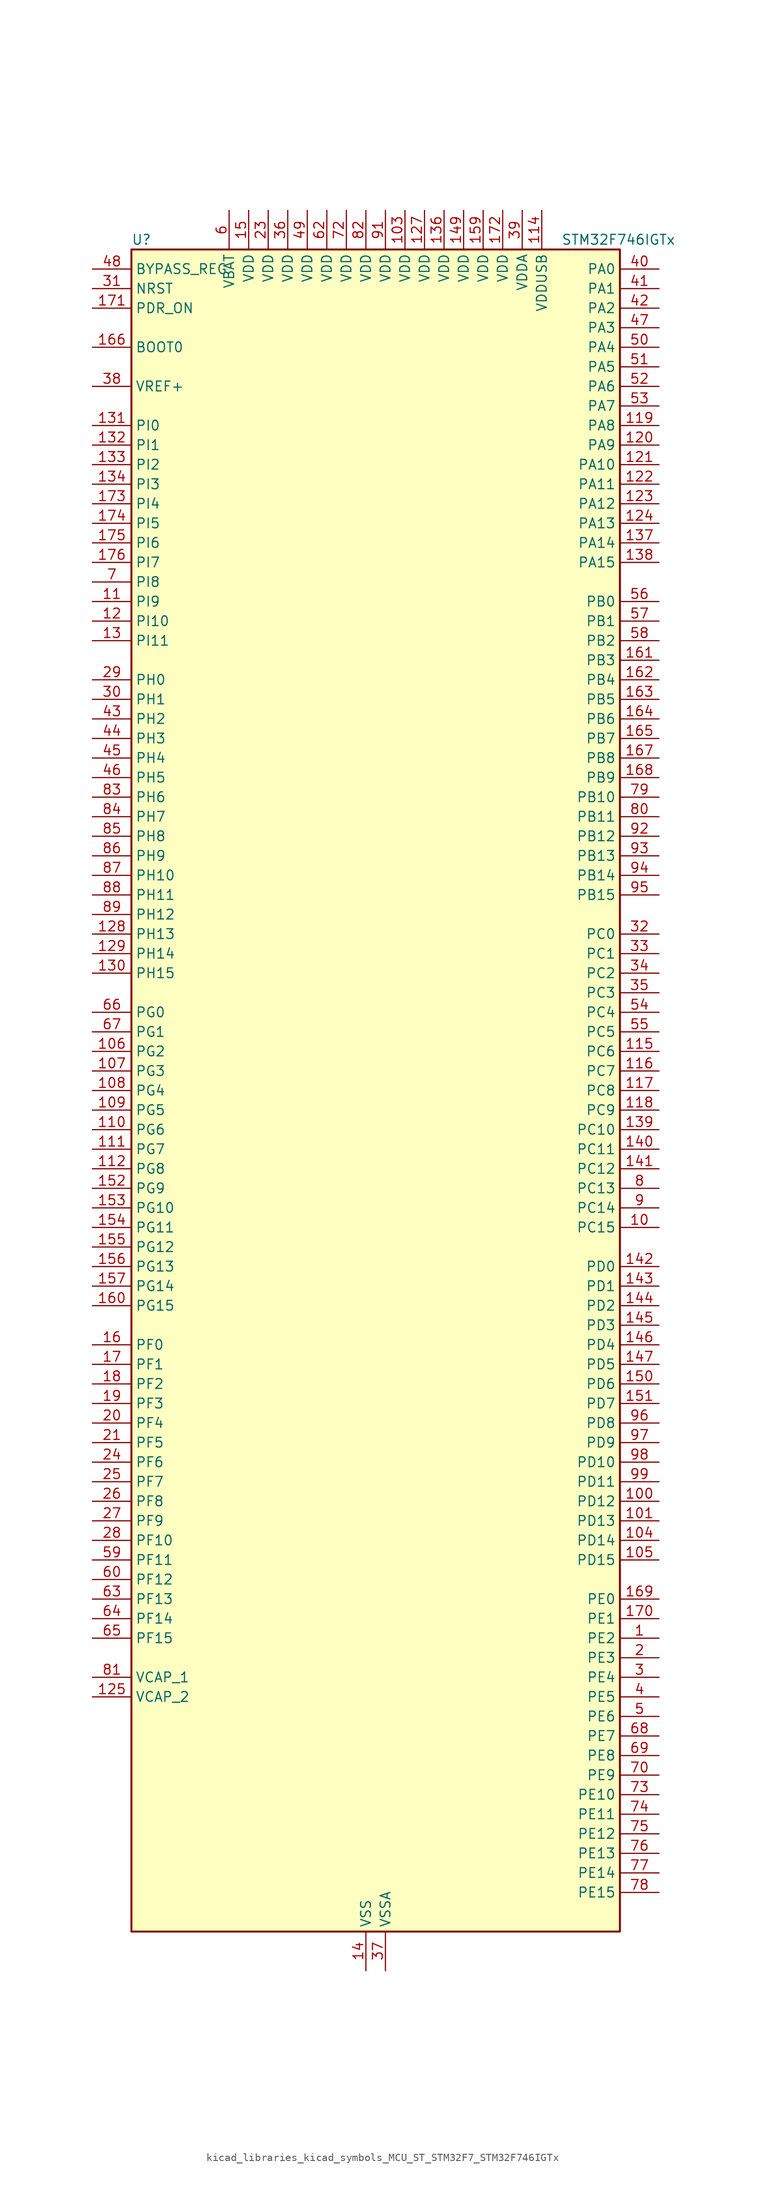
<source format=kicad_sym>
(kicad_symbol_lib
  (version 20220914)
  (generator kicad_symbol_editor)
  (symbol "kicad_libraries_kicad_symbols_MCU_ST_STM32F7_STM32F746IGTx"
    (property "Reference" "U"
      (at -30.48 110.49 0)
      (effects (font (size 1.27 1.27)) (justify left)))
    (property "Value" "STM32F746IGTx"
      (at 25.4 110.49 0)
      (effects (font (size 1.27 1.27)) (justify left)))
    (property "ki_locked" ""
      (at 0 0 0)
      (effects (font (size 1.27 1.27))))
    (symbol "kicad_libraries_kicad_symbols_MCU_ST_STM32F7_STM32F746IGTx_0_1"
      (rectangle (start -30.48 -109.22) (end 33.02 109.22) (stroke (width 0.254) (type default)) (fill (type background))))
    (symbol "kicad_libraries_kicad_symbols_MCU_ST_STM32F7_STM32F746IGTx_1_1"
      (pin bidirectional line (at 38.1 -71.12 180) (length 5.08) (name "PE2" (effects (font (size 1.27 1.27)))) (number "1" (effects (font (size 1.27 1.27)))) (alternate "ETH_TXD3" bidirectional line) (alternate "FMC_A23" bidirectional line) (alternate "QUADSPI_BK1_IO2" bidirectional line) (alternate "SAI1_MCLK_A" bidirectional line) (alternate "SPI4_SCK" bidirectional line) (alternate "SYS_TRACECLK" bidirectional line))
      (pin bidirectional line (at 38.1 -17.78 180) (length 5.08) (name "PC15" (effects (font (size 1.27 1.27)))) (number "10" (effects (font (size 1.27 1.27)))) (alternate "RCC_OSC32_OUT" bidirectional line))
      (pin bidirectional line (at 38.1 -53.34 180) (length 5.08) (name "PD12" (effects (font (size 1.27 1.27)))) (number "100" (effects (font (size 1.27 1.27)))) (alternate "FMC_A17" bidirectional line) (alternate "FMC_ALE" bidirectional line) (alternate "I2C4_SCL" bidirectional line) (alternate "LPTIM1_IN1" bidirectional line) (alternate "QUADSPI_BK1_IO1" bidirectional line) (alternate "SAI2_FS_A" bidirectional line) (alternate "TIM4_CH1" bidirectional line) (alternate "USART3_DE" bidirectional line) (alternate "USART3_RTS" bidirectional line))
      (pin bidirectional line (at 38.1 -55.88 180) (length 5.08) (name "PD13" (effects (font (size 1.27 1.27)))) (number "101" (effects (font (size 1.27 1.27)))) (alternate "FMC_A18" bidirectional line) (alternate "I2C4_SDA" bidirectional line) (alternate "LPTIM1_OUT" bidirectional line) (alternate "QUADSPI_BK1_IO3" bidirectional line) (alternate "SAI2_SCK_A" bidirectional line) (alternate "TIM4_CH2" bidirectional line))
      (pin passive line (at 0 -114.3 90) (length 5.08) hide (name "VSS" (effects (font (size 1.27 1.27)))) (number "102" (effects (font (size 1.27 1.27)))))
      (pin power_in line (at 5.08 114.3 270) (length 5.08) (name "VDD" (effects (font (size 1.27 1.27)))) (number "103" (effects (font (size 1.27 1.27)))))
      (pin bidirectional line (at 38.1 -58.42 180) (length 5.08) (name "PD14" (effects (font (size 1.27 1.27)))) (number "104" (effects (font (size 1.27 1.27)))) (alternate "FMC_D0" bidirectional line) (alternate "FMC_DA0" bidirectional line) (alternate "TIM4_CH3" bidirectional line) (alternate "UART8_CTS" bidirectional line))
      (pin bidirectional line (at 38.1 -60.96 180) (length 5.08) (name "PD15" (effects (font (size 1.27 1.27)))) (number "105" (effects (font (size 1.27 1.27)))) (alternate "FMC_D1" bidirectional line) (alternate "FMC_DA1" bidirectional line) (alternate "TIM4_CH4" bidirectional line) (alternate "UART8_DE" bidirectional line) (alternate "UART8_RTS" bidirectional line))
      (pin bidirectional line (at -35.56 5.08 0) (length 5.08) (name "PG2" (effects (font (size 1.27 1.27)))) (number "106" (effects (font (size 1.27 1.27)))) (alternate "FMC_A12" bidirectional line))
      (pin bidirectional line (at -35.56 2.54 0) (length 5.08) (name "PG3" (effects (font (size 1.27 1.27)))) (number "107" (effects (font (size 1.27 1.27)))) (alternate "FMC_A13" bidirectional line))
      (pin bidirectional line (at -35.56 0 0) (length 5.08) (name "PG4" (effects (font (size 1.27 1.27)))) (number "108" (effects (font (size 1.27 1.27)))) (alternate "FMC_A14" bidirectional line) (alternate "FMC_BA0" bidirectional line))
      (pin bidirectional line (at -35.56 -2.54 0) (length 5.08) (name "PG5" (effects (font (size 1.27 1.27)))) (number "109" (effects (font (size 1.27 1.27)))) (alternate "FMC_A15" bidirectional line) (alternate "FMC_BA1" bidirectional line))
      (pin bidirectional line (at -35.56 63.5 0) (length 5.08) (name "PI9" (effects (font (size 1.27 1.27)))) (number "11" (effects (font (size 1.27 1.27)))) (alternate "CAN1_RX" bidirectional line) (alternate "DAC_EXTI9" bidirectional line) (alternate "FMC_D30" bidirectional line) (alternate "LTDC_VSYNC" bidirectional line))
      (pin bidirectional line (at -35.56 -5.08 0) (length 5.08) (name "PG6" (effects (font (size 1.27 1.27)))) (number "110" (effects (font (size 1.27 1.27)))) (alternate "DCMI_D12" bidirectional line) (alternate "LTDC_R7" bidirectional line))
      (pin bidirectional line (at -35.56 -7.62 0) (length 5.08) (name "PG7" (effects (font (size 1.27 1.27)))) (number "111" (effects (font (size 1.27 1.27)))) (alternate "DCMI_D13" bidirectional line) (alternate "FMC_INT" bidirectional line) (alternate "LTDC_CLK" bidirectional line) (alternate "USART6_CK" bidirectional line))
      (pin bidirectional line (at -35.56 -10.16 0) (length 5.08) (name "PG8" (effects (font (size 1.27 1.27)))) (number "112" (effects (font (size 1.27 1.27)))) (alternate "ETH_PPS_OUT" bidirectional line) (alternate "FMC_SDCLK" bidirectional line) (alternate "SPDIFRX_IN2" bidirectional line) (alternate "SPI6_NSS" bidirectional line) (alternate "USART6_DE" bidirectional line) (alternate "USART6_RTS" bidirectional line))
      (pin passive line (at 0 -114.3 90) (length 5.08) hide (name "VSS" (effects (font (size 1.27 1.27)))) (number "113" (effects (font (size 1.27 1.27)))))
      (pin power_in line (at 22.86 114.3 270) (length 5.08) (name "VDDUSB" (effects (font (size 1.27 1.27)))) (number "114" (effects (font (size 1.27 1.27)))))
      (pin bidirectional line (at 38.1 5.08 180) (length 5.08) (name "PC6" (effects (font (size 1.27 1.27)))) (number "115" (effects (font (size 1.27 1.27)))) (alternate "DCMI_D0" bidirectional line) (alternate "I2S2_MCK" bidirectional line) (alternate "LTDC_HSYNC" bidirectional line) (alternate "SDMMC1_D6" bidirectional line) (alternate "TIM3_CH1" bidirectional line) (alternate "TIM8_CH1" bidirectional line) (alternate "USART6_TX" bidirectional line))
      (pin bidirectional line (at 38.1 2.54 180) (length 5.08) (name "PC7" (effects (font (size 1.27 1.27)))) (number "116" (effects (font (size 1.27 1.27)))) (alternate "DCMI_D1" bidirectional line) (alternate "I2S3_MCK" bidirectional line) (alternate "LTDC_G6" bidirectional line) (alternate "SDMMC1_D7" bidirectional line) (alternate "TIM3_CH2" bidirectional line) (alternate "TIM8_CH2" bidirectional line) (alternate "USART6_RX" bidirectional line))
      (pin bidirectional line (at 38.1 0 180) (length 5.08) (name "PC8" (effects (font (size 1.27 1.27)))) (number "117" (effects (font (size 1.27 1.27)))) (alternate "DCMI_D2" bidirectional line) (alternate "SDMMC1_D0" bidirectional line) (alternate "SYS_TRACED1" bidirectional line) (alternate "TIM3_CH3" bidirectional line) (alternate "TIM8_CH3" bidirectional line) (alternate "UART5_DE" bidirectional line) (alternate "UART5_RTS" bidirectional line) (alternate "USART6_CK" bidirectional line))
      (pin bidirectional line (at 38.1 -2.54 180) (length 5.08) (name "PC9" (effects (font (size 1.27 1.27)))) (number "118" (effects (font (size 1.27 1.27)))) (alternate "DAC_EXTI9" bidirectional line) (alternate "DCMI_D3" bidirectional line) (alternate "I2C3_SDA" bidirectional line) (alternate "I2S_CKIN" bidirectional line) (alternate "QUADSPI_BK1_IO0" bidirectional line) (alternate "RCC_MCO_2" bidirectional line) (alternate "SDMMC1_D1" bidirectional line) (alternate "TIM3_CH4" bidirectional line) (alternate "TIM8_CH4" bidirectional line) (alternate "UART5_CTS" bidirectional line))
      (pin bidirectional line (at 38.1 86.36 180) (length 5.08) (name "PA8" (effects (font (size 1.27 1.27)))) (number "119" (effects (font (size 1.27 1.27)))) (alternate "I2C3_SCL" bidirectional line) (alternate "LTDC_R6" bidirectional line) (alternate "RCC_MCO_1" bidirectional line) (alternate "TIM1_CH1" bidirectional line) (alternate "TIM8_BKIN2" bidirectional line) (alternate "USART1_CK" bidirectional line) (alternate "USB_OTG_FS_SOF" bidirectional line))
      (pin bidirectional line (at -35.56 60.96 0) (length 5.08) (name "PI10" (effects (font (size 1.27 1.27)))) (number "12" (effects (font (size 1.27 1.27)))) (alternate "ETH_RX_ER" bidirectional line) (alternate "FMC_D31" bidirectional line) (alternate "LTDC_HSYNC" bidirectional line))
      (pin bidirectional line (at 38.1 83.82 180) (length 5.08) (name "PA9" (effects (font (size 1.27 1.27)))) (number "120" (effects (font (size 1.27 1.27)))) (alternate "DAC_EXTI9" bidirectional line) (alternate "DCMI_D0" bidirectional line) (alternate "I2C3_SMBA" bidirectional line) (alternate "I2S2_CK" bidirectional line) (alternate "SPI2_SCK" bidirectional line) (alternate "TIM1_CH2" bidirectional line) (alternate "USART1_TX" bidirectional line) (alternate "USB_OTG_FS_VBUS" bidirectional line))
      (pin bidirectional line (at 38.1 81.28 180) (length 5.08) (name "PA10" (effects (font (size 1.27 1.27)))) (number "121" (effects (font (size 1.27 1.27)))) (alternate "DCMI_D1" bidirectional line) (alternate "TIM1_CH3" bidirectional line) (alternate "USART1_RX" bidirectional line) (alternate "USB_OTG_FS_ID" bidirectional line))
      (pin bidirectional line (at 38.1 78.74 180) (length 5.08) (name "PA11" (effects (font (size 1.27 1.27)))) (number "122" (effects (font (size 1.27 1.27)))) (alternate "ADC1_EXTI11" bidirectional line) (alternate "ADC2_EXTI11" bidirectional line) (alternate "ADC3_EXTI11" bidirectional line) (alternate "CAN1_RX" bidirectional line) (alternate "LTDC_R4" bidirectional line) (alternate "TIM1_CH4" bidirectional line) (alternate "USART1_CTS" bidirectional line) (alternate "USB_OTG_FS_DM" bidirectional line))
      (pin bidirectional line (at 38.1 76.2 180) (length 5.08) (name "PA12" (effects (font (size 1.27 1.27)))) (number "123" (effects (font (size 1.27 1.27)))) (alternate "CAN1_TX" bidirectional line) (alternate "LTDC_R5" bidirectional line) (alternate "SAI2_FS_B" bidirectional line) (alternate "TIM1_ETR" bidirectional line) (alternate "USART1_DE" bidirectional line) (alternate "USART1_RTS" bidirectional line) (alternate "USB_OTG_FS_DP" bidirectional line))
      (pin bidirectional line (at 38.1 73.66 180) (length 5.08) (name "PA13" (effects (font (size 1.27 1.27)))) (number "124" (effects (font (size 1.27 1.27)))) (alternate "SYS_JTMS-SWDIO" bidirectional line))
      (pin power_out line (at -35.56 -78.74 0) (length 5.08) (name "VCAP_2" (effects (font (size 1.27 1.27)))) (number "125" (effects (font (size 1.27 1.27)))))
      (pin passive line (at 0 -114.3 90) (length 5.08) hide (name "VSS" (effects (font (size 1.27 1.27)))) (number "126" (effects (font (size 1.27 1.27)))))
      (pin power_in line (at 7.62 114.3 270) (length 5.08) (name "VDD" (effects (font (size 1.27 1.27)))) (number "127" (effects (font (size 1.27 1.27)))))
      (pin bidirectional line (at -35.56 20.32 0) (length 5.08) (name "PH13" (effects (font (size 1.27 1.27)))) (number "128" (effects (font (size 1.27 1.27)))) (alternate "CAN1_TX" bidirectional line) (alternate "FMC_D21" bidirectional line) (alternate "LTDC_G2" bidirectional line) (alternate "TIM8_CH1N" bidirectional line))
      (pin bidirectional line (at -35.56 17.78 0) (length 5.08) (name "PH14" (effects (font (size 1.27 1.27)))) (number "129" (effects (font (size 1.27 1.27)))) (alternate "DCMI_D4" bidirectional line) (alternate "FMC_D22" bidirectional line) (alternate "LTDC_G3" bidirectional line) (alternate "TIM8_CH2N" bidirectional line))
      (pin bidirectional line (at -35.56 58.42 0) (length 5.08) (name "PI11" (effects (font (size 1.27 1.27)))) (number "13" (effects (font (size 1.27 1.27)))) (alternate "ADC1_EXTI11" bidirectional line) (alternate "ADC2_EXTI11" bidirectional line) (alternate "ADC3_EXTI11" bidirectional line) (alternate "SYS_WKUP6" bidirectional line) (alternate "USB_OTG_HS_ULPI_DIR" bidirectional line))
      (pin bidirectional line (at -35.56 15.24 0) (length 5.08) (name "PH15" (effects (font (size 1.27 1.27)))) (number "130" (effects (font (size 1.27 1.27)))) (alternate "DCMI_D11" bidirectional line) (alternate "FMC_D23" bidirectional line) (alternate "LTDC_G4" bidirectional line) (alternate "TIM8_CH3N" bidirectional line))
      (pin bidirectional line (at -35.56 86.36 0) (length 5.08) (name "PI0" (effects (font (size 1.27 1.27)))) (number "131" (effects (font (size 1.27 1.27)))) (alternate "DCMI_D13" bidirectional line) (alternate "FMC_D24" bidirectional line) (alternate "I2S2_WS" bidirectional line) (alternate "LTDC_G5" bidirectional line) (alternate "SPI2_NSS" bidirectional line) (alternate "TIM5_CH4" bidirectional line))
      (pin bidirectional line (at -35.56 83.82 0) (length 5.08) (name "PI1" (effects (font (size 1.27 1.27)))) (number "132" (effects (font (size 1.27 1.27)))) (alternate "DCMI_D8" bidirectional line) (alternate "FMC_D25" bidirectional line) (alternate "I2S2_CK" bidirectional line) (alternate "LTDC_G6" bidirectional line) (alternate "SPI2_SCK" bidirectional line) (alternate "TIM8_BKIN2" bidirectional line))
      (pin bidirectional line (at -35.56 81.28 0) (length 5.08) (name "PI2" (effects (font (size 1.27 1.27)))) (number "133" (effects (font (size 1.27 1.27)))) (alternate "DCMI_D9" bidirectional line) (alternate "FMC_D26" bidirectional line) (alternate "LTDC_G7" bidirectional line) (alternate "SPI2_MISO" bidirectional line) (alternate "TIM8_CH4" bidirectional line))
      (pin bidirectional line (at -35.56 78.74 0) (length 5.08) (name "PI3" (effects (font (size 1.27 1.27)))) (number "134" (effects (font (size 1.27 1.27)))) (alternate "DCMI_D10" bidirectional line) (alternate "FMC_D27" bidirectional line) (alternate "I2S2_SD" bidirectional line) (alternate "SPI2_MOSI" bidirectional line) (alternate "TIM8_ETR" bidirectional line))
      (pin passive line (at 0 -114.3 90) (length 5.08) hide (name "VSS" (effects (font (size 1.27 1.27)))) (number "135" (effects (font (size 1.27 1.27)))))
      (pin power_in line (at 10.16 114.3 270) (length 5.08) (name "VDD" (effects (font (size 1.27 1.27)))) (number "136" (effects (font (size 1.27 1.27)))))
      (pin bidirectional line (at 38.1 71.12 180) (length 5.08) (name "PA14" (effects (font (size 1.27 1.27)))) (number "137" (effects (font (size 1.27 1.27)))) (alternate "SYS_JTCK-SWCLK" bidirectional line))
      (pin bidirectional line (at 38.1 68.58 180) (length 5.08) (name "PA15" (effects (font (size 1.27 1.27)))) (number "138" (effects (font (size 1.27 1.27)))) (alternate "CEC" bidirectional line) (alternate "I2S1_WS" bidirectional line) (alternate "I2S3_WS" bidirectional line) (alternate "SPI1_NSS" bidirectional line) (alternate "SPI3_NSS" bidirectional line) (alternate "SYS_JTDI" bidirectional line) (alternate "TIM2_CH1" bidirectional line) (alternate "TIM2_ETR" bidirectional line) (alternate "UART4_DE" bidirectional line) (alternate "UART4_RTS" bidirectional line))
      (pin bidirectional line (at 38.1 -5.08 180) (length 5.08) (name "PC10" (effects (font (size 1.27 1.27)))) (number "139" (effects (font (size 1.27 1.27)))) (alternate "DCMI_D8" bidirectional line) (alternate "I2S3_CK" bidirectional line) (alternate "LTDC_R2" bidirectional line) (alternate "QUADSPI_BK1_IO1" bidirectional line) (alternate "SDMMC1_D2" bidirectional line) (alternate "SPI3_SCK" bidirectional line) (alternate "UART4_TX" bidirectional line) (alternate "USART3_TX" bidirectional line))
      (pin power_in line (at 0 -114.3 90) (length 5.08) (name "VSS" (effects (font (size 1.27 1.27)))) (number "14" (effects (font (size 1.27 1.27)))))
      (pin bidirectional line (at 38.1 -7.62 180) (length 5.08) (name "PC11" (effects (font (size 1.27 1.27)))) (number "140" (effects (font (size 1.27 1.27)))) (alternate "ADC1_EXTI11" bidirectional line) (alternate "ADC2_EXTI11" bidirectional line) (alternate "ADC3_EXTI11" bidirectional line) (alternate "DCMI_D4" bidirectional line) (alternate "QUADSPI_BK2_NCS" bidirectional line) (alternate "SDMMC1_D3" bidirectional line) (alternate "SPI3_MISO" bidirectional line) (alternate "UART4_RX" bidirectional line) (alternate "USART3_RX" bidirectional line))
      (pin bidirectional line (at 38.1 -10.16 180) (length 5.08) (name "PC12" (effects (font (size 1.27 1.27)))) (number "141" (effects (font (size 1.27 1.27)))) (alternate "DCMI_D9" bidirectional line) (alternate "I2S3_SD" bidirectional line) (alternate "SDMMC1_CK" bidirectional line) (alternate "SPI3_MOSI" bidirectional line) (alternate "SYS_TRACED3" bidirectional line) (alternate "UART5_TX" bidirectional line) (alternate "USART3_CK" bidirectional line))
      (pin bidirectional line (at 38.1 -22.86 180) (length 5.08) (name "PD0" (effects (font (size 1.27 1.27)))) (number "142" (effects (font (size 1.27 1.27)))) (alternate "CAN1_RX" bidirectional line) (alternate "FMC_D2" bidirectional line) (alternate "FMC_DA2" bidirectional line))
      (pin bidirectional line (at 38.1 -25.4 180) (length 5.08) (name "PD1" (effects (font (size 1.27 1.27)))) (number "143" (effects (font (size 1.27 1.27)))) (alternate "CAN1_TX" bidirectional line) (alternate "FMC_D3" bidirectional line) (alternate "FMC_DA3" bidirectional line))
      (pin bidirectional line (at 38.1 -27.94 180) (length 5.08) (name "PD2" (effects (font (size 1.27 1.27)))) (number "144" (effects (font (size 1.27 1.27)))) (alternate "DCMI_D11" bidirectional line) (alternate "SDMMC1_CMD" bidirectional line) (alternate "SYS_TRACED2" bidirectional line) (alternate "TIM3_ETR" bidirectional line) (alternate "UART5_RX" bidirectional line))
      (pin bidirectional line (at 38.1 -30.48 180) (length 5.08) (name "PD3" (effects (font (size 1.27 1.27)))) (number "145" (effects (font (size 1.27 1.27)))) (alternate "DCMI_D5" bidirectional line) (alternate "FMC_CLK" bidirectional line) (alternate "I2S2_CK" bidirectional line) (alternate "LTDC_G7" bidirectional line) (alternate "SPI2_SCK" bidirectional line) (alternate "USART2_CTS" bidirectional line))
      (pin bidirectional line (at 38.1 -33.02 180) (length 5.08) (name "PD4" (effects (font (size 1.27 1.27)))) (number "146" (effects (font (size 1.27 1.27)))) (alternate "FMC_NOE" bidirectional line) (alternate "USART2_DE" bidirectional line) (alternate "USART2_RTS" bidirectional line))
      (pin bidirectional line (at 38.1 -35.56 180) (length 5.08) (name "PD5" (effects (font (size 1.27 1.27)))) (number "147" (effects (font (size 1.27 1.27)))) (alternate "FMC_NWE" bidirectional line) (alternate "USART2_TX" bidirectional line))
      (pin passive line (at 0 -114.3 90) (length 5.08) hide (name "VSS" (effects (font (size 1.27 1.27)))) (number "148" (effects (font (size 1.27 1.27)))))
      (pin power_in line (at 12.7 114.3 270) (length 5.08) (name "VDD" (effects (font (size 1.27 1.27)))) (number "149" (effects (font (size 1.27 1.27)))))
      (pin power_in line (at -15.24 114.3 270) (length 5.08) (name "VDD" (effects (font (size 1.27 1.27)))) (number "15" (effects (font (size 1.27 1.27)))))
      (pin bidirectional line (at 38.1 -38.1 180) (length 5.08) (name "PD6" (effects (font (size 1.27 1.27)))) (number "150" (effects (font (size 1.27 1.27)))) (alternate "DCMI_D10" bidirectional line) (alternate "FMC_NWAIT" bidirectional line) (alternate "I2S3_SD" bidirectional line) (alternate "LTDC_B2" bidirectional line) (alternate "SAI1_SD_A" bidirectional line) (alternate "SPI3_MOSI" bidirectional line) (alternate "USART2_RX" bidirectional line))
      (pin bidirectional line (at 38.1 -40.64 180) (length 5.08) (name "PD7" (effects (font (size 1.27 1.27)))) (number "151" (effects (font (size 1.27 1.27)))) (alternate "FMC_NE1" bidirectional line) (alternate "SPDIFRX_IN0" bidirectional line) (alternate "USART2_CK" bidirectional line))
      (pin bidirectional line (at -35.56 -12.7 0) (length 5.08) (name "PG9" (effects (font (size 1.27 1.27)))) (number "152" (effects (font (size 1.27 1.27)))) (alternate "DAC_EXTI9" bidirectional line) (alternate "DCMI_VSYNC" bidirectional line) (alternate "FMC_NCE" bidirectional line) (alternate "FMC_NE2" bidirectional line) (alternate "QUADSPI_BK2_IO2" bidirectional line) (alternate "SAI2_FS_B" bidirectional line) (alternate "SPDIFRX_IN3" bidirectional line) (alternate "USART6_RX" bidirectional line))
      (pin bidirectional line (at -35.56 -15.24 0) (length 5.08) (name "PG10" (effects (font (size 1.27 1.27)))) (number "153" (effects (font (size 1.27 1.27)))) (alternate "DCMI_D2" bidirectional line) (alternate "FMC_NE3" bidirectional line) (alternate "LTDC_B2" bidirectional line) (alternate "LTDC_G3" bidirectional line) (alternate "SAI2_SD_B" bidirectional line))
      (pin bidirectional line (at -35.56 -17.78 0) (length 5.08) (name "PG11" (effects (font (size 1.27 1.27)))) (number "154" (effects (font (size 1.27 1.27)))) (alternate "ADC1_EXTI11" bidirectional line) (alternate "ADC2_EXTI11" bidirectional line) (alternate "ADC3_EXTI11" bidirectional line) (alternate "DCMI_D3" bidirectional line) (alternate "ETH_TX_EN" bidirectional line) (alternate "LTDC_B3" bidirectional line) (alternate "SPDIFRX_IN0" bidirectional line))
      (pin bidirectional line (at -35.56 -20.32 0) (length 5.08) (name "PG12" (effects (font (size 1.27 1.27)))) (number "155" (effects (font (size 1.27 1.27)))) (alternate "FMC_NE4" bidirectional line) (alternate "LPTIM1_IN1" bidirectional line) (alternate "LTDC_B1" bidirectional line) (alternate "LTDC_B4" bidirectional line) (alternate "SPDIFRX_IN1" bidirectional line) (alternate "SPI6_MISO" bidirectional line) (alternate "USART6_DE" bidirectional line) (alternate "USART6_RTS" bidirectional line))
      (pin bidirectional line (at -35.56 -22.86 0) (length 5.08) (name "PG13" (effects (font (size 1.27 1.27)))) (number "156" (effects (font (size 1.27 1.27)))) (alternate "ETH_TXD0" bidirectional line) (alternate "FMC_A24" bidirectional line) (alternate "LPTIM1_OUT" bidirectional line) (alternate "LTDC_R0" bidirectional line) (alternate "SPI6_SCK" bidirectional line) (alternate "SYS_TRACED0" bidirectional line) (alternate "USART6_CTS" bidirectional line))
      (pin bidirectional line (at -35.56 -25.4 0) (length 5.08) (name "PG14" (effects (font (size 1.27 1.27)))) (number "157" (effects (font (size 1.27 1.27)))) (alternate "ETH_TXD1" bidirectional line) (alternate "FMC_A25" bidirectional line) (alternate "LPTIM1_ETR" bidirectional line) (alternate "LTDC_B0" bidirectional line) (alternate "QUADSPI_BK2_IO3" bidirectional line) (alternate "SPI6_MOSI" bidirectional line) (alternate "SYS_TRACED1" bidirectional line) (alternate "USART6_TX" bidirectional line))
      (pin passive line (at 0 -114.3 90) (length 5.08) hide (name "VSS" (effects (font (size 1.27 1.27)))) (number "158" (effects (font (size 1.27 1.27)))))
      (pin power_in line (at 15.24 114.3 270) (length 5.08) (name "VDD" (effects (font (size 1.27 1.27)))) (number "159" (effects (font (size 1.27 1.27)))))
      (pin bidirectional line (at -35.56 -33.02 0) (length 5.08) (name "PF0" (effects (font (size 1.27 1.27)))) (number "16" (effects (font (size 1.27 1.27)))) (alternate "FMC_A0" bidirectional line) (alternate "I2C2_SDA" bidirectional line))
      (pin bidirectional line (at -35.56 -27.94 0) (length 5.08) (name "PG15" (effects (font (size 1.27 1.27)))) (number "160" (effects (font (size 1.27 1.27)))) (alternate "DCMI_D13" bidirectional line) (alternate "FMC_SDNCAS" bidirectional line) (alternate "USART6_CTS" bidirectional line))
      (pin bidirectional line (at 38.1 55.88 180) (length 5.08) (name "PB3" (effects (font (size 1.27 1.27)))) (number "161" (effects (font (size 1.27 1.27)))) (alternate "I2S1_CK" bidirectional line) (alternate "I2S3_CK" bidirectional line) (alternate "SPI1_SCK" bidirectional line) (alternate "SPI3_SCK" bidirectional line) (alternate "SYS_JTDO-SWO" bidirectional line) (alternate "TIM2_CH2" bidirectional line))
      (pin bidirectional line (at 38.1 53.34 180) (length 5.08) (name "PB4" (effects (font (size 1.27 1.27)))) (number "162" (effects (font (size 1.27 1.27)))) (alternate "I2S2_WS" bidirectional line) (alternate "SPI1_MISO" bidirectional line) (alternate "SPI2_NSS" bidirectional line) (alternate "SPI3_MISO" bidirectional line) (alternate "SYS_JTRST" bidirectional line) (alternate "TIM3_CH1" bidirectional line))
      (pin bidirectional line (at 38.1 50.8 180) (length 5.08) (name "PB5" (effects (font (size 1.27 1.27)))) (number "163" (effects (font (size 1.27 1.27)))) (alternate "CAN2_RX" bidirectional line) (alternate "DCMI_D10" bidirectional line) (alternate "ETH_PPS_OUT" bidirectional line) (alternate "FMC_SDCKE1" bidirectional line) (alternate "I2C1_SMBA" bidirectional line) (alternate "I2S1_SD" bidirectional line) (alternate "I2S3_SD" bidirectional line) (alternate "SPI1_MOSI" bidirectional line) (alternate "SPI3_MOSI" bidirectional line) (alternate "TIM3_CH2" bidirectional line) (alternate "USB_OTG_HS_ULPI_D7" bidirectional line))
      (pin bidirectional line (at 38.1 48.26 180) (length 5.08) (name "PB6" (effects (font (size 1.27 1.27)))) (number "164" (effects (font (size 1.27 1.27)))) (alternate "CAN2_TX" bidirectional line) (alternate "CEC" bidirectional line) (alternate "DCMI_D5" bidirectional line) (alternate "FMC_SDNE1" bidirectional line) (alternate "I2C1_SCL" bidirectional line) (alternate "QUADSPI_BK1_NCS" bidirectional line) (alternate "TIM4_CH1" bidirectional line) (alternate "USART1_TX" bidirectional line))
      (pin bidirectional line (at 38.1 45.72 180) (length 5.08) (name "PB7" (effects (font (size 1.27 1.27)))) (number "165" (effects (font (size 1.27 1.27)))) (alternate "DCMI_VSYNC" bidirectional line) (alternate "FMC_NL" bidirectional line) (alternate "I2C1_SDA" bidirectional line) (alternate "TIM4_CH2" bidirectional line) (alternate "USART1_RX" bidirectional line))
      (pin input line (at -35.56 96.52 0) (length 5.08) (name "BOOT0" (effects (font (size 1.27 1.27)))) (number "166" (effects (font (size 1.27 1.27)))))
      (pin bidirectional line (at 38.1 43.18 180) (length 5.08) (name "PB8" (effects (font (size 1.27 1.27)))) (number "167" (effects (font (size 1.27 1.27)))) (alternate "CAN1_RX" bidirectional line) (alternate "DCMI_D6" bidirectional line) (alternate "ETH_TXD3" bidirectional line) (alternate "I2C1_SCL" bidirectional line) (alternate "LTDC_B6" bidirectional line) (alternate "SDMMC1_D4" bidirectional line) (alternate "TIM10_CH1" bidirectional line) (alternate "TIM4_CH3" bidirectional line))
      (pin bidirectional line (at 38.1 40.64 180) (length 5.08) (name "PB9" (effects (font (size 1.27 1.27)))) (number "168" (effects (font (size 1.27 1.27)))) (alternate "CAN1_TX" bidirectional line) (alternate "DAC_EXTI9" bidirectional line) (alternate "DCMI_D7" bidirectional line) (alternate "I2C1_SDA" bidirectional line) (alternate "I2S2_WS" bidirectional line) (alternate "LTDC_B7" bidirectional line) (alternate "SDMMC1_D5" bidirectional line) (alternate "SPI2_NSS" bidirectional line) (alternate "TIM11_CH1" bidirectional line) (alternate "TIM4_CH4" bidirectional line))
      (pin bidirectional line (at 38.1 -66.04 180) (length 5.08) (name "PE0" (effects (font (size 1.27 1.27)))) (number "169" (effects (font (size 1.27 1.27)))) (alternate "DCMI_D2" bidirectional line) (alternate "FMC_NBL0" bidirectional line) (alternate "LPTIM1_ETR" bidirectional line) (alternate "SAI2_MCLK_A" bidirectional line) (alternate "TIM4_ETR" bidirectional line) (alternate "UART8_RX" bidirectional line))
      (pin bidirectional line (at -35.56 -35.56 0) (length 5.08) (name "PF1" (effects (font (size 1.27 1.27)))) (number "17" (effects (font (size 1.27 1.27)))) (alternate "FMC_A1" bidirectional line) (alternate "I2C2_SCL" bidirectional line))
      (pin bidirectional line (at 38.1 -68.58 180) (length 5.08) (name "PE1" (effects (font (size 1.27 1.27)))) (number "170" (effects (font (size 1.27 1.27)))) (alternate "DCMI_D3" bidirectional line) (alternate "FMC_NBL1" bidirectional line) (alternate "LPTIM1_IN2" bidirectional line) (alternate "UART8_TX" bidirectional line))
      (pin input line (at -35.56 101.6 0) (length 5.08) (name "PDR_ON" (effects (font (size 1.27 1.27)))) (number "171" (effects (font (size 1.27 1.27)))))
      (pin power_in line (at 17.78 114.3 270) (length 5.08) (name "VDD" (effects (font (size 1.27 1.27)))) (number "172" (effects (font (size 1.27 1.27)))))
      (pin bidirectional line (at -35.56 76.2 0) (length 5.08) (name "PI4" (effects (font (size 1.27 1.27)))) (number "173" (effects (font (size 1.27 1.27)))) (alternate "DCMI_D5" bidirectional line) (alternate "FMC_NBL2" bidirectional line) (alternate "LTDC_B4" bidirectional line) (alternate "SAI2_MCLK_A" bidirectional line) (alternate "TIM8_BKIN" bidirectional line))
      (pin bidirectional line (at -35.56 73.66 0) (length 5.08) (name "PI5" (effects (font (size 1.27 1.27)))) (number "174" (effects (font (size 1.27 1.27)))) (alternate "DCMI_VSYNC" bidirectional line) (alternate "FMC_NBL3" bidirectional line) (alternate "LTDC_B5" bidirectional line) (alternate "SAI2_SCK_A" bidirectional line) (alternate "TIM8_CH1" bidirectional line))
      (pin bidirectional line (at -35.56 71.12 0) (length 5.08) (name "PI6" (effects (font (size 1.27 1.27)))) (number "175" (effects (font (size 1.27 1.27)))) (alternate "DCMI_D6" bidirectional line) (alternate "FMC_D28" bidirectional line) (alternate "LTDC_B6" bidirectional line) (alternate "SAI2_SD_A" bidirectional line) (alternate "TIM8_CH2" bidirectional line))
      (pin bidirectional line (at -35.56 68.58 0) (length 5.08) (name "PI7" (effects (font (size 1.27 1.27)))) (number "176" (effects (font (size 1.27 1.27)))) (alternate "DCMI_D7" bidirectional line) (alternate "FMC_D29" bidirectional line) (alternate "LTDC_B7" bidirectional line) (alternate "SAI2_FS_A" bidirectional line) (alternate "TIM8_CH3" bidirectional line))
      (pin bidirectional line (at -35.56 -38.1 0) (length 5.08) (name "PF2" (effects (font (size 1.27 1.27)))) (number "18" (effects (font (size 1.27 1.27)))) (alternate "FMC_A2" bidirectional line) (alternate "I2C2_SMBA" bidirectional line))
      (pin bidirectional line (at -35.56 -40.64 0) (length 5.08) (name "PF3" (effects (font (size 1.27 1.27)))) (number "19" (effects (font (size 1.27 1.27)))) (alternate "ADC3_IN9" bidirectional line) (alternate "FMC_A3" bidirectional line))
      (pin bidirectional line (at 38.1 -73.66 180) (length 5.08) (name "PE3" (effects (font (size 1.27 1.27)))) (number "2" (effects (font (size 1.27 1.27)))) (alternate "FMC_A19" bidirectional line) (alternate "SAI1_SD_B" bidirectional line) (alternate "SYS_TRACED0" bidirectional line))
      (pin bidirectional line (at -35.56 -43.18 0) (length 5.08) (name "PF4" (effects (font (size 1.27 1.27)))) (number "20" (effects (font (size 1.27 1.27)))) (alternate "ADC3_IN14" bidirectional line) (alternate "FMC_A4" bidirectional line))
      (pin bidirectional line (at -35.56 -45.72 0) (length 5.08) (name "PF5" (effects (font (size 1.27 1.27)))) (number "21" (effects (font (size 1.27 1.27)))) (alternate "ADC3_IN15" bidirectional line) (alternate "FMC_A5" bidirectional line))
      (pin passive line (at 0 -114.3 90) (length 5.08) hide (name "VSS" (effects (font (size 1.27 1.27)))) (number "22" (effects (font (size 1.27 1.27)))))
      (pin power_in line (at -12.7 114.3 270) (length 5.08) (name "VDD" (effects (font (size 1.27 1.27)))) (number "23" (effects (font (size 1.27 1.27)))))
      (pin bidirectional line (at -35.56 -48.26 0) (length 5.08) (name "PF6" (effects (font (size 1.27 1.27)))) (number "24" (effects (font (size 1.27 1.27)))) (alternate "ADC3_IN4" bidirectional line) (alternate "QUADSPI_BK1_IO3" bidirectional line) (alternate "SAI1_SD_B" bidirectional line) (alternate "SPI5_NSS" bidirectional line) (alternate "TIM10_CH1" bidirectional line) (alternate "UART7_RX" bidirectional line))
      (pin bidirectional line (at -35.56 -50.8 0) (length 5.08) (name "PF7" (effects (font (size 1.27 1.27)))) (number "25" (effects (font (size 1.27 1.27)))) (alternate "ADC3_IN5" bidirectional line) (alternate "QUADSPI_BK1_IO2" bidirectional line) (alternate "SAI1_MCLK_B" bidirectional line) (alternate "SPI5_SCK" bidirectional line) (alternate "TIM11_CH1" bidirectional line) (alternate "UART7_TX" bidirectional line))
      (pin bidirectional line (at -35.56 -53.34 0) (length 5.08) (name "PF8" (effects (font (size 1.27 1.27)))) (number "26" (effects (font (size 1.27 1.27)))) (alternate "ADC3_IN6" bidirectional line) (alternate "QUADSPI_BK1_IO0" bidirectional line) (alternate "SAI1_SCK_B" bidirectional line) (alternate "SPI5_MISO" bidirectional line) (alternate "TIM13_CH1" bidirectional line) (alternate "UART7_DE" bidirectional line) (alternate "UART7_RTS" bidirectional line))
      (pin bidirectional line (at -35.56 -55.88 0) (length 5.08) (name "PF9" (effects (font (size 1.27 1.27)))) (number "27" (effects (font (size 1.27 1.27)))) (alternate "ADC3_IN7" bidirectional line) (alternate "DAC_EXTI9" bidirectional line) (alternate "QUADSPI_BK1_IO1" bidirectional line) (alternate "SAI1_FS_B" bidirectional line) (alternate "SPI5_MOSI" bidirectional line) (alternate "TIM14_CH1" bidirectional line) (alternate "UART7_CTS" bidirectional line))
      (pin bidirectional line (at -35.56 -58.42 0) (length 5.08) (name "PF10" (effects (font (size 1.27 1.27)))) (number "28" (effects (font (size 1.27 1.27)))) (alternate "ADC3_IN8" bidirectional line) (alternate "DCMI_D11" bidirectional line) (alternate "LTDC_DE" bidirectional line))
      (pin bidirectional line (at -35.56 53.34 0) (length 5.08) (name "PH0" (effects (font (size 1.27 1.27)))) (number "29" (effects (font (size 1.27 1.27)))) (alternate "RCC_OSC_IN" bidirectional line))
      (pin bidirectional line (at 38.1 -76.2 180) (length 5.08) (name "PE4" (effects (font (size 1.27 1.27)))) (number "3" (effects (font (size 1.27 1.27)))) (alternate "DCMI_D4" bidirectional line) (alternate "FMC_A20" bidirectional line) (alternate "LTDC_B0" bidirectional line) (alternate "SAI1_FS_A" bidirectional line) (alternate "SPI4_NSS" bidirectional line) (alternate "SYS_TRACED1" bidirectional line))
      (pin bidirectional line (at -35.56 50.8 0) (length 5.08) (name "PH1" (effects (font (size 1.27 1.27)))) (number "30" (effects (font (size 1.27 1.27)))) (alternate "RCC_OSC_OUT" bidirectional line))
      (pin input line (at -35.56 104.14 0) (length 5.08) (name "NRST" (effects (font (size 1.27 1.27)))) (number "31" (effects (font (size 1.27 1.27)))))
      (pin bidirectional line (at 38.1 20.32 180) (length 5.08) (name "PC0" (effects (font (size 1.27 1.27)))) (number "32" (effects (font (size 1.27 1.27)))) (alternate "ADC1_IN10" bidirectional line) (alternate "ADC2_IN10" bidirectional line) (alternate "ADC3_IN10" bidirectional line) (alternate "FMC_SDNWE" bidirectional line) (alternate "LTDC_R5" bidirectional line) (alternate "SAI2_FS_B" bidirectional line) (alternate "USB_OTG_HS_ULPI_STP" bidirectional line))
      (pin bidirectional line (at 38.1 17.78 180) (length 5.08) (name "PC1" (effects (font (size 1.27 1.27)))) (number "33" (effects (font (size 1.27 1.27)))) (alternate "ADC1_IN11" bidirectional line) (alternate "ADC2_IN11" bidirectional line) (alternate "ADC3_IN11" bidirectional line) (alternate "ETH_MDC" bidirectional line) (alternate "I2S2_SD" bidirectional line) (alternate "RTC_TAMP3" bidirectional line) (alternate "RTC_TS" bidirectional line) (alternate "SAI1_SD_A" bidirectional line) (alternate "SPI2_MOSI" bidirectional line) (alternate "SYS_TRACED0" bidirectional line) (alternate "SYS_WKUP3" bidirectional line))
      (pin bidirectional line (at 38.1 15.24 180) (length 5.08) (name "PC2" (effects (font (size 1.27 1.27)))) (number "34" (effects (font (size 1.27 1.27)))) (alternate "ADC1_IN12" bidirectional line) (alternate "ADC2_IN12" bidirectional line) (alternate "ADC3_IN12" bidirectional line) (alternate "ETH_TXD2" bidirectional line) (alternate "FMC_SDNE0" bidirectional line) (alternate "SPI2_MISO" bidirectional line) (alternate "USB_OTG_HS_ULPI_DIR" bidirectional line))
      (pin bidirectional line (at 38.1 12.7 180) (length 5.08) (name "PC3" (effects (font (size 1.27 1.27)))) (number "35" (effects (font (size 1.27 1.27)))) (alternate "ADC1_IN13" bidirectional line) (alternate "ADC2_IN13" bidirectional line) (alternate "ADC3_IN13" bidirectional line) (alternate "ETH_TX_CLK" bidirectional line) (alternate "FMC_SDCKE0" bidirectional line) (alternate "I2S2_SD" bidirectional line) (alternate "SPI2_MOSI" bidirectional line) (alternate "USB_OTG_HS_ULPI_NXT" bidirectional line))
      (pin power_in line (at -10.16 114.3 270) (length 5.08) (name "VDD" (effects (font (size 1.27 1.27)))) (number "36" (effects (font (size 1.27 1.27)))))
      (pin power_in line (at 2.54 -114.3 90) (length 5.08) (name "VSSA" (effects (font (size 1.27 1.27)))) (number "37" (effects (font (size 1.27 1.27)))))
      (pin input line (at -35.56 91.44 0) (length 5.08) (name "VREF+" (effects (font (size 1.27 1.27)))) (number "38" (effects (font (size 1.27 1.27)))))
      (pin power_in line (at 20.32 114.3 270) (length 5.08) (name "VDDA" (effects (font (size 1.27 1.27)))) (number "39" (effects (font (size 1.27 1.27)))))
      (pin bidirectional line (at 38.1 -78.74 180) (length 5.08) (name "PE5" (effects (font (size 1.27 1.27)))) (number "4" (effects (font (size 1.27 1.27)))) (alternate "DCMI_D6" bidirectional line) (alternate "FMC_A21" bidirectional line) (alternate "LTDC_G0" bidirectional line) (alternate "SAI1_SCK_A" bidirectional line) (alternate "SPI4_MISO" bidirectional line) (alternate "SYS_TRACED2" bidirectional line) (alternate "TIM9_CH1" bidirectional line))
      (pin bidirectional line (at 38.1 106.68 180) (length 5.08) (name "PA0" (effects (font (size 1.27 1.27)))) (number "40" (effects (font (size 1.27 1.27)))) (alternate "ADC1_IN0" bidirectional line) (alternate "ADC2_IN0" bidirectional line) (alternate "ADC3_IN0" bidirectional line) (alternate "ETH_CRS" bidirectional line) (alternate "SAI2_SD_B" bidirectional line) (alternate "SYS_WKUP1" bidirectional line) (alternate "TIM2_CH1" bidirectional line) (alternate "TIM2_ETR" bidirectional line) (alternate "TIM5_CH1" bidirectional line) (alternate "TIM8_ETR" bidirectional line) (alternate "UART4_TX" bidirectional line) (alternate "USART2_CTS" bidirectional line))
      (pin bidirectional line (at 38.1 104.14 180) (length 5.08) (name "PA1" (effects (font (size 1.27 1.27)))) (number "41" (effects (font (size 1.27 1.27)))) (alternate "ADC1_IN1" bidirectional line) (alternate "ADC2_IN1" bidirectional line) (alternate "ADC3_IN1" bidirectional line) (alternate "ETH_REF_CLK" bidirectional line) (alternate "ETH_RX_CLK" bidirectional line) (alternate "LTDC_R2" bidirectional line) (alternate "QUADSPI_BK1_IO3" bidirectional line) (alternate "SAI2_MCLK_B" bidirectional line) (alternate "TIM2_CH2" bidirectional line) (alternate "TIM5_CH2" bidirectional line) (alternate "UART4_RX" bidirectional line) (alternate "USART2_DE" bidirectional line) (alternate "USART2_RTS" bidirectional line))
      (pin bidirectional line (at 38.1 101.6 180) (length 5.08) (name "PA2" (effects (font (size 1.27 1.27)))) (number "42" (effects (font (size 1.27 1.27)))) (alternate "ADC1_IN2" bidirectional line) (alternate "ADC2_IN2" bidirectional line) (alternate "ADC3_IN2" bidirectional line) (alternate "ETH_MDIO" bidirectional line) (alternate "LTDC_R1" bidirectional line) (alternate "SAI2_SCK_B" bidirectional line) (alternate "SYS_WKUP2" bidirectional line) (alternate "TIM2_CH3" bidirectional line) (alternate "TIM5_CH3" bidirectional line) (alternate "TIM9_CH1" bidirectional line) (alternate "USART2_TX" bidirectional line))
      (pin bidirectional line (at -35.56 48.26 0) (length 5.08) (name "PH2" (effects (font (size 1.27 1.27)))) (number "43" (effects (font (size 1.27 1.27)))) (alternate "ETH_CRS" bidirectional line) (alternate "FMC_SDCKE0" bidirectional line) (alternate "LPTIM1_IN2" bidirectional line) (alternate "LTDC_R0" bidirectional line) (alternate "QUADSPI_BK2_IO0" bidirectional line) (alternate "SAI2_SCK_B" bidirectional line))
      (pin bidirectional line (at -35.56 45.72 0) (length 5.08) (name "PH3" (effects (font (size 1.27 1.27)))) (number "44" (effects (font (size 1.27 1.27)))) (alternate "ETH_COL" bidirectional line) (alternate "FMC_SDNE0" bidirectional line) (alternate "LTDC_R1" bidirectional line) (alternate "QUADSPI_BK2_IO1" bidirectional line) (alternate "SAI2_MCLK_B" bidirectional line))
      (pin bidirectional line (at -35.56 43.18 0) (length 5.08) (name "PH4" (effects (font (size 1.27 1.27)))) (number "45" (effects (font (size 1.27 1.27)))) (alternate "I2C2_SCL" bidirectional line) (alternate "USB_OTG_HS_ULPI_NXT" bidirectional line))
      (pin bidirectional line (at -35.56 40.64 0) (length 5.08) (name "PH5" (effects (font (size 1.27 1.27)))) (number "46" (effects (font (size 1.27 1.27)))) (alternate "FMC_SDNWE" bidirectional line) (alternate "I2C2_SDA" bidirectional line) (alternate "SPI5_NSS" bidirectional line))
      (pin bidirectional line (at 38.1 99.06 180) (length 5.08) (name "PA3" (effects (font (size 1.27 1.27)))) (number "47" (effects (font (size 1.27 1.27)))) (alternate "ADC1_IN3" bidirectional line) (alternate "ADC2_IN3" bidirectional line) (alternate "ADC3_IN3" bidirectional line) (alternate "ETH_COL" bidirectional line) (alternate "LTDC_B5" bidirectional line) (alternate "TIM2_CH4" bidirectional line) (alternate "TIM5_CH4" bidirectional line) (alternate "TIM9_CH2" bidirectional line) (alternate "USART2_RX" bidirectional line) (alternate "USB_OTG_HS_ULPI_D0" bidirectional line))
      (pin input line (at -35.56 106.68 0) (length 5.08) (name "BYPASS_REG" (effects (font (size 1.27 1.27)))) (number "48" (effects (font (size 1.27 1.27)))))
      (pin power_in line (at -7.62 114.3 270) (length 5.08) (name "VDD" (effects (font (size 1.27 1.27)))) (number "49" (effects (font (size 1.27 1.27)))))
      (pin bidirectional line (at 38.1 -81.28 180) (length 5.08) (name "PE6" (effects (font (size 1.27 1.27)))) (number "5" (effects (font (size 1.27 1.27)))) (alternate "DCMI_D7" bidirectional line) (alternate "FMC_A22" bidirectional line) (alternate "LTDC_G1" bidirectional line) (alternate "SAI1_SD_A" bidirectional line) (alternate "SAI2_MCLK_B" bidirectional line) (alternate "SPI4_MOSI" bidirectional line) (alternate "SYS_TRACED3" bidirectional line) (alternate "TIM1_BKIN2" bidirectional line) (alternate "TIM9_CH2" bidirectional line))
      (pin bidirectional line (at 38.1 96.52 180) (length 5.08) (name "PA4" (effects (font (size 1.27 1.27)))) (number "50" (effects (font (size 1.27 1.27)))) (alternate "ADC1_IN4" bidirectional line) (alternate "ADC2_IN4" bidirectional line) (alternate "DAC_OUT1" bidirectional line) (alternate "DCMI_HSYNC" bidirectional line) (alternate "I2S1_WS" bidirectional line) (alternate "I2S3_WS" bidirectional line) (alternate "LTDC_VSYNC" bidirectional line) (alternate "SPI1_NSS" bidirectional line) (alternate "SPI3_NSS" bidirectional line) (alternate "USART2_CK" bidirectional line) (alternate "USB_OTG_HS_SOF" bidirectional line))
      (pin bidirectional line (at 38.1 93.98 180) (length 5.08) (name "PA5" (effects (font (size 1.27 1.27)))) (number "51" (effects (font (size 1.27 1.27)))) (alternate "ADC1_IN5" bidirectional line) (alternate "ADC2_IN5" bidirectional line) (alternate "DAC_OUT2" bidirectional line) (alternate "I2S1_CK" bidirectional line) (alternate "LTDC_R4" bidirectional line) (alternate "SPI1_SCK" bidirectional line) (alternate "TIM2_CH1" bidirectional line) (alternate "TIM2_ETR" bidirectional line) (alternate "TIM8_CH1N" bidirectional line) (alternate "USB_OTG_HS_ULPI_CK" bidirectional line))
      (pin bidirectional line (at 38.1 91.44 180) (length 5.08) (name "PA6" (effects (font (size 1.27 1.27)))) (number "52" (effects (font (size 1.27 1.27)))) (alternate "ADC1_IN6" bidirectional line) (alternate "ADC2_IN6" bidirectional line) (alternate "DCMI_PIXCLK" bidirectional line) (alternate "LTDC_G2" bidirectional line) (alternate "SPI1_MISO" bidirectional line) (alternate "TIM13_CH1" bidirectional line) (alternate "TIM1_BKIN" bidirectional line) (alternate "TIM3_CH1" bidirectional line) (alternate "TIM8_BKIN" bidirectional line))
      (pin bidirectional line (at 38.1 88.9 180) (length 5.08) (name "PA7" (effects (font (size 1.27 1.27)))) (number "53" (effects (font (size 1.27 1.27)))) (alternate "ADC1_IN7" bidirectional line) (alternate "ADC2_IN7" bidirectional line) (alternate "ETH_CRS_DV" bidirectional line) (alternate "ETH_RX_DV" bidirectional line) (alternate "FMC_SDNWE" bidirectional line) (alternate "I2S1_SD" bidirectional line) (alternate "SPI1_MOSI" bidirectional line) (alternate "TIM14_CH1" bidirectional line) (alternate "TIM1_CH1N" bidirectional line) (alternate "TIM3_CH2" bidirectional line) (alternate "TIM8_CH1N" bidirectional line))
      (pin bidirectional line (at 38.1 10.16 180) (length 5.08) (name "PC4" (effects (font (size 1.27 1.27)))) (number "54" (effects (font (size 1.27 1.27)))) (alternate "ADC1_IN14" bidirectional line) (alternate "ADC2_IN14" bidirectional line) (alternate "ETH_RXD0" bidirectional line) (alternate "FMC_SDNE0" bidirectional line) (alternate "I2S1_MCK" bidirectional line) (alternate "SPDIFRX_IN2" bidirectional line))
      (pin bidirectional line (at 38.1 7.62 180) (length 5.08) (name "PC5" (effects (font (size 1.27 1.27)))) (number "55" (effects (font (size 1.27 1.27)))) (alternate "ADC1_IN15" bidirectional line) (alternate "ADC2_IN15" bidirectional line) (alternate "ETH_RXD1" bidirectional line) (alternate "FMC_SDCKE0" bidirectional line) (alternate "SPDIFRX_IN3" bidirectional line))
      (pin bidirectional line (at 38.1 63.5 180) (length 5.08) (name "PB0" (effects (font (size 1.27 1.27)))) (number "56" (effects (font (size 1.27 1.27)))) (alternate "ADC1_IN8" bidirectional line) (alternate "ADC2_IN8" bidirectional line) (alternate "ETH_RXD2" bidirectional line) (alternate "LTDC_R3" bidirectional line) (alternate "TIM1_CH2N" bidirectional line) (alternate "TIM3_CH3" bidirectional line) (alternate "TIM8_CH2N" bidirectional line) (alternate "UART4_CTS" bidirectional line) (alternate "USB_OTG_HS_ULPI_D1" bidirectional line))
      (pin bidirectional line (at 38.1 60.96 180) (length 5.08) (name "PB1" (effects (font (size 1.27 1.27)))) (number "57" (effects (font (size 1.27 1.27)))) (alternate "ADC1_IN9" bidirectional line) (alternate "ADC2_IN9" bidirectional line) (alternate "ETH_RXD3" bidirectional line) (alternate "LTDC_R6" bidirectional line) (alternate "TIM1_CH3N" bidirectional line) (alternate "TIM3_CH4" bidirectional line) (alternate "TIM8_CH3N" bidirectional line) (alternate "USB_OTG_HS_ULPI_D2" bidirectional line))
      (pin bidirectional line (at 38.1 58.42 180) (length 5.08) (name "PB2" (effects (font (size 1.27 1.27)))) (number "58" (effects (font (size 1.27 1.27)))) (alternate "I2S3_SD" bidirectional line) (alternate "QUADSPI_CLK" bidirectional line) (alternate "SAI1_SD_A" bidirectional line) (alternate "SPI3_MOSI" bidirectional line))
      (pin bidirectional line (at -35.56 -60.96 0) (length 5.08) (name "PF11" (effects (font (size 1.27 1.27)))) (number "59" (effects (font (size 1.27 1.27)))) (alternate "ADC1_EXTI11" bidirectional line) (alternate "ADC2_EXTI11" bidirectional line) (alternate "ADC3_EXTI11" bidirectional line) (alternate "DCMI_D12" bidirectional line) (alternate "FMC_SDNRAS" bidirectional line) (alternate "SAI2_SD_B" bidirectional line) (alternate "SPI5_MOSI" bidirectional line))
      (pin power_in line (at -17.78 114.3 270) (length 5.08) (name "VBAT" (effects (font (size 1.27 1.27)))) (number "6" (effects (font (size 1.27 1.27)))))
      (pin bidirectional line (at -35.56 -63.5 0) (length 5.08) (name "PF12" (effects (font (size 1.27 1.27)))) (number "60" (effects (font (size 1.27 1.27)))) (alternate "FMC_A6" bidirectional line))
      (pin passive line (at 0 -114.3 90) (length 5.08) hide (name "VSS" (effects (font (size 1.27 1.27)))) (number "61" (effects (font (size 1.27 1.27)))))
      (pin power_in line (at -5.08 114.3 270) (length 5.08) (name "VDD" (effects (font (size 1.27 1.27)))) (number "62" (effects (font (size 1.27 1.27)))))
      (pin bidirectional line (at -35.56 -66.04 0) (length 5.08) (name "PF13" (effects (font (size 1.27 1.27)))) (number "63" (effects (font (size 1.27 1.27)))) (alternate "FMC_A7" bidirectional line) (alternate "I2C4_SMBA" bidirectional line))
      (pin bidirectional line (at -35.56 -68.58 0) (length 5.08) (name "PF14" (effects (font (size 1.27 1.27)))) (number "64" (effects (font (size 1.27 1.27)))) (alternate "FMC_A8" bidirectional line) (alternate "I2C4_SCL" bidirectional line))
      (pin bidirectional line (at -35.56 -71.12 0) (length 5.08) (name "PF15" (effects (font (size 1.27 1.27)))) (number "65" (effects (font (size 1.27 1.27)))) (alternate "FMC_A9" bidirectional line) (alternate "I2C4_SDA" bidirectional line))
      (pin bidirectional line (at -35.56 10.16 0) (length 5.08) (name "PG0" (effects (font (size 1.27 1.27)))) (number "66" (effects (font (size 1.27 1.27)))) (alternate "FMC_A10" bidirectional line))
      (pin bidirectional line (at -35.56 7.62 0) (length 5.08) (name "PG1" (effects (font (size 1.27 1.27)))) (number "67" (effects (font (size 1.27 1.27)))) (alternate "FMC_A11" bidirectional line))
      (pin bidirectional line (at 38.1 -83.82 180) (length 5.08) (name "PE7" (effects (font (size 1.27 1.27)))) (number "68" (effects (font (size 1.27 1.27)))) (alternate "FMC_D4" bidirectional line) (alternate "FMC_DA4" bidirectional line) (alternate "QUADSPI_BK2_IO0" bidirectional line) (alternate "TIM1_ETR" bidirectional line) (alternate "UART7_RX" bidirectional line))
      (pin bidirectional line (at 38.1 -86.36 180) (length 5.08) (name "PE8" (effects (font (size 1.27 1.27)))) (number "69" (effects (font (size 1.27 1.27)))) (alternate "FMC_D5" bidirectional line) (alternate "FMC_DA5" bidirectional line) (alternate "QUADSPI_BK2_IO1" bidirectional line) (alternate "TIM1_CH1N" bidirectional line) (alternate "UART7_TX" bidirectional line))
      (pin bidirectional line (at -35.56 66.04 0) (length 5.08) (name "PI8" (effects (font (size 1.27 1.27)))) (number "7" (effects (font (size 1.27 1.27)))) (alternate "RTC_TAMP2" bidirectional line) (alternate "RTC_TS" bidirectional line) (alternate "SYS_WKUP5" bidirectional line))
      (pin bidirectional line (at 38.1 -88.9 180) (length 5.08) (name "PE9" (effects (font (size 1.27 1.27)))) (number "70" (effects (font (size 1.27 1.27)))) (alternate "DAC_EXTI9" bidirectional line) (alternate "FMC_D6" bidirectional line) (alternate "FMC_DA6" bidirectional line) (alternate "QUADSPI_BK2_IO2" bidirectional line) (alternate "TIM1_CH1" bidirectional line) (alternate "UART7_DE" bidirectional line) (alternate "UART7_RTS" bidirectional line))
      (pin passive line (at 0 -114.3 90) (length 5.08) hide (name "VSS" (effects (font (size 1.27 1.27)))) (number "71" (effects (font (size 1.27 1.27)))))
      (pin power_in line (at -2.54 114.3 270) (length 5.08) (name "VDD" (effects (font (size 1.27 1.27)))) (number "72" (effects (font (size 1.27 1.27)))))
      (pin bidirectional line (at 38.1 -91.44 180) (length 5.08) (name "PE10" (effects (font (size 1.27 1.27)))) (number "73" (effects (font (size 1.27 1.27)))) (alternate "FMC_D7" bidirectional line) (alternate "FMC_DA7" bidirectional line) (alternate "QUADSPI_BK2_IO3" bidirectional line) (alternate "TIM1_CH2N" bidirectional line) (alternate "UART7_CTS" bidirectional line))
      (pin bidirectional line (at 38.1 -93.98 180) (length 5.08) (name "PE11" (effects (font (size 1.27 1.27)))) (number "74" (effects (font (size 1.27 1.27)))) (alternate "ADC1_EXTI11" bidirectional line) (alternate "ADC2_EXTI11" bidirectional line) (alternate "ADC3_EXTI11" bidirectional line) (alternate "FMC_D8" bidirectional line) (alternate "FMC_DA8" bidirectional line) (alternate "LTDC_G3" bidirectional line) (alternate "SAI2_SD_B" bidirectional line) (alternate "SPI4_NSS" bidirectional line) (alternate "TIM1_CH2" bidirectional line))
      (pin bidirectional line (at 38.1 -96.52 180) (length 5.08) (name "PE12" (effects (font (size 1.27 1.27)))) (number "75" (effects (font (size 1.27 1.27)))) (alternate "FMC_D9" bidirectional line) (alternate "FMC_DA9" bidirectional line) (alternate "LTDC_B4" bidirectional line) (alternate "SAI2_SCK_B" bidirectional line) (alternate "SPI4_SCK" bidirectional line) (alternate "TIM1_CH3N" bidirectional line))
      (pin bidirectional line (at 38.1 -99.06 180) (length 5.08) (name "PE13" (effects (font (size 1.27 1.27)))) (number "76" (effects (font (size 1.27 1.27)))) (alternate "FMC_D10" bidirectional line) (alternate "FMC_DA10" bidirectional line) (alternate "LTDC_DE" bidirectional line) (alternate "SAI2_FS_B" bidirectional line) (alternate "SPI4_MISO" bidirectional line) (alternate "TIM1_CH3" bidirectional line))
      (pin bidirectional line (at 38.1 -101.6 180) (length 5.08) (name "PE14" (effects (font (size 1.27 1.27)))) (number "77" (effects (font (size 1.27 1.27)))) (alternate "FMC_D11" bidirectional line) (alternate "FMC_DA11" bidirectional line) (alternate "LTDC_CLK" bidirectional line) (alternate "SAI2_MCLK_B" bidirectional line) (alternate "SPI4_MOSI" bidirectional line) (alternate "TIM1_CH4" bidirectional line))
      (pin bidirectional line (at 38.1 -104.14 180) (length 5.08) (name "PE15" (effects (font (size 1.27 1.27)))) (number "78" (effects (font (size 1.27 1.27)))) (alternate "FMC_D12" bidirectional line) (alternate "FMC_DA12" bidirectional line) (alternate "LTDC_R7" bidirectional line) (alternate "TIM1_BKIN" bidirectional line))
      (pin bidirectional line (at 38.1 38.1 180) (length 5.08) (name "PB10" (effects (font (size 1.27 1.27)))) (number "79" (effects (font (size 1.27 1.27)))) (alternate "ETH_RX_ER" bidirectional line) (alternate "I2C2_SCL" bidirectional line) (alternate "I2S2_CK" bidirectional line) (alternate "LTDC_G4" bidirectional line) (alternate "SPI2_SCK" bidirectional line) (alternate "TIM2_CH3" bidirectional line) (alternate "USART3_TX" bidirectional line) (alternate "USB_OTG_HS_ULPI_D3" bidirectional line))
      (pin bidirectional line (at 38.1 -12.7 180) (length 5.08) (name "PC13" (effects (font (size 1.27 1.27)))) (number "8" (effects (font (size 1.27 1.27)))) (alternate "RTC_OUT" bidirectional line) (alternate "RTC_TAMP1" bidirectional line) (alternate "RTC_TS" bidirectional line) (alternate "SYS_WKUP4" bidirectional line))
      (pin bidirectional line (at 38.1 35.56 180) (length 5.08) (name "PB11" (effects (font (size 1.27 1.27)))) (number "80" (effects (font (size 1.27 1.27)))) (alternate "ADC1_EXTI11" bidirectional line) (alternate "ADC2_EXTI11" bidirectional line) (alternate "ADC3_EXTI11" bidirectional line) (alternate "ETH_TX_EN" bidirectional line) (alternate "I2C2_SDA" bidirectional line) (alternate "LTDC_G5" bidirectional line) (alternate "TIM2_CH4" bidirectional line) (alternate "USART3_RX" bidirectional line) (alternate "USB_OTG_HS_ULPI_D4" bidirectional line))
      (pin power_out line (at -35.56 -76.2 0) (length 5.08) (name "VCAP_1" (effects (font (size 1.27 1.27)))) (number "81" (effects (font (size 1.27 1.27)))))
      (pin power_in line (at 0 114.3 270) (length 5.08) (name "VDD" (effects (font (size 1.27 1.27)))) (number "82" (effects (font (size 1.27 1.27)))))
      (pin bidirectional line (at -35.56 38.1 0) (length 5.08) (name "PH6" (effects (font (size 1.27 1.27)))) (number "83" (effects (font (size 1.27 1.27)))) (alternate "DCMI_D8" bidirectional line) (alternate "ETH_RXD2" bidirectional line) (alternate "FMC_SDNE1" bidirectional line) (alternate "I2C2_SMBA" bidirectional line) (alternate "SPI5_SCK" bidirectional line) (alternate "TIM12_CH1" bidirectional line))
      (pin bidirectional line (at -35.56 35.56 0) (length 5.08) (name "PH7" (effects (font (size 1.27 1.27)))) (number "84" (effects (font (size 1.27 1.27)))) (alternate "DCMI_D9" bidirectional line) (alternate "ETH_RXD3" bidirectional line) (alternate "FMC_SDCKE1" bidirectional line) (alternate "I2C3_SCL" bidirectional line) (alternate "SPI5_MISO" bidirectional line))
      (pin bidirectional line (at -35.56 33.02 0) (length 5.08) (name "PH8" (effects (font (size 1.27 1.27)))) (number "85" (effects (font (size 1.27 1.27)))) (alternate "DCMI_HSYNC" bidirectional line) (alternate "FMC_D16" bidirectional line) (alternate "I2C3_SDA" bidirectional line) (alternate "LTDC_R2" bidirectional line))
      (pin bidirectional line (at -35.56 30.48 0) (length 5.08) (name "PH9" (effects (font (size 1.27 1.27)))) (number "86" (effects (font (size 1.27 1.27)))) (alternate "DAC_EXTI9" bidirectional line) (alternate "DCMI_D0" bidirectional line) (alternate "FMC_D17" bidirectional line) (alternate "I2C3_SMBA" bidirectional line) (alternate "LTDC_R3" bidirectional line) (alternate "TIM12_CH2" bidirectional line))
      (pin bidirectional line (at -35.56 27.94 0) (length 5.08) (name "PH10" (effects (font (size 1.27 1.27)))) (number "87" (effects (font (size 1.27 1.27)))) (alternate "DCMI_D1" bidirectional line) (alternate "FMC_D18" bidirectional line) (alternate "I2C4_SMBA" bidirectional line) (alternate "LTDC_R4" bidirectional line) (alternate "TIM5_CH1" bidirectional line))
      (pin bidirectional line (at -35.56 25.4 0) (length 5.08) (name "PH11" (effects (font (size 1.27 1.27)))) (number "88" (effects (font (size 1.27 1.27)))) (alternate "ADC1_EXTI11" bidirectional line) (alternate "ADC2_EXTI11" bidirectional line) (alternate "ADC3_EXTI11" bidirectional line) (alternate "DCMI_D2" bidirectional line) (alternate "FMC_D19" bidirectional line) (alternate "I2C4_SCL" bidirectional line) (alternate "LTDC_R5" bidirectional line) (alternate "TIM5_CH2" bidirectional line))
      (pin bidirectional line (at -35.56 22.86 0) (length 5.08) (name "PH12" (effects (font (size 1.27 1.27)))) (number "89" (effects (font (size 1.27 1.27)))) (alternate "DCMI_D3" bidirectional line) (alternate "FMC_D20" bidirectional line) (alternate "I2C4_SDA" bidirectional line) (alternate "LTDC_R6" bidirectional line) (alternate "TIM5_CH3" bidirectional line))
      (pin bidirectional line (at 38.1 -15.24 180) (length 5.08) (name "PC14" (effects (font (size 1.27 1.27)))) (number "9" (effects (font (size 1.27 1.27)))) (alternate "RCC_OSC32_IN" bidirectional line))
      (pin passive line (at 0 -114.3 90) (length 5.08) hide (name "VSS" (effects (font (size 1.27 1.27)))) (number "90" (effects (font (size 1.27 1.27)))))
      (pin power_in line (at 2.54 114.3 270) (length 5.08) (name "VDD" (effects (font (size 1.27 1.27)))) (number "91" (effects (font (size 1.27 1.27)))))
      (pin bidirectional line (at 38.1 33.02 180) (length 5.08) (name "PB12" (effects (font (size 1.27 1.27)))) (number "92" (effects (font (size 1.27 1.27)))) (alternate "CAN2_RX" bidirectional line) (alternate "ETH_TXD0" bidirectional line) (alternate "I2C2_SMBA" bidirectional line) (alternate "I2S2_WS" bidirectional line) (alternate "SPI2_NSS" bidirectional line) (alternate "TIM1_BKIN" bidirectional line) (alternate "USART3_CK" bidirectional line) (alternate "USB_OTG_HS_ID" bidirectional line) (alternate "USB_OTG_HS_ULPI_D5" bidirectional line))
      (pin bidirectional line (at 38.1 30.48 180) (length 5.08) (name "PB13" (effects (font (size 1.27 1.27)))) (number "93" (effects (font (size 1.27 1.27)))) (alternate "CAN2_TX" bidirectional line) (alternate "ETH_TXD1" bidirectional line) (alternate "I2S2_CK" bidirectional line) (alternate "SPI2_SCK" bidirectional line) (alternate "TIM1_CH1N" bidirectional line) (alternate "USART3_CTS" bidirectional line) (alternate "USB_OTG_HS_ULPI_D6" bidirectional line) (alternate "USB_OTG_HS_VBUS" bidirectional line))
      (pin bidirectional line (at 38.1 27.94 180) (length 5.08) (name "PB14" (effects (font (size 1.27 1.27)))) (number "94" (effects (font (size 1.27 1.27)))) (alternate "SPI2_MISO" bidirectional line) (alternate "TIM12_CH1" bidirectional line) (alternate "TIM1_CH2N" bidirectional line) (alternate "TIM8_CH2N" bidirectional line) (alternate "USART3_DE" bidirectional line) (alternate "USART3_RTS" bidirectional line) (alternate "USB_OTG_HS_DM" bidirectional line))
      (pin bidirectional line (at 38.1 25.4 180) (length 5.08) (name "PB15" (effects (font (size 1.27 1.27)))) (number "95" (effects (font (size 1.27 1.27)))) (alternate "I2S2_SD" bidirectional line) (alternate "RTC_REFIN" bidirectional line) (alternate "SPI2_MOSI" bidirectional line) (alternate "TIM12_CH2" bidirectional line) (alternate "TIM1_CH3N" bidirectional line) (alternate "TIM8_CH3N" bidirectional line) (alternate "USB_OTG_HS_DP" bidirectional line))
      (pin bidirectional line (at 38.1 -43.18 180) (length 5.08) (name "PD8" (effects (font (size 1.27 1.27)))) (number "96" (effects (font (size 1.27 1.27)))) (alternate "FMC_D13" bidirectional line) (alternate "FMC_DA13" bidirectional line) (alternate "SPDIFRX_IN1" bidirectional line) (alternate "USART3_TX" bidirectional line))
      (pin bidirectional line (at 38.1 -45.72 180) (length 5.08) (name "PD9" (effects (font (size 1.27 1.27)))) (number "97" (effects (font (size 1.27 1.27)))) (alternate "DAC_EXTI9" bidirectional line) (alternate "FMC_D14" bidirectional line) (alternate "FMC_DA14" bidirectional line) (alternate "USART3_RX" bidirectional line))
      (pin bidirectional line (at 38.1 -48.26 180) (length 5.08) (name "PD10" (effects (font (size 1.27 1.27)))) (number "98" (effects (font (size 1.27 1.27)))) (alternate "FMC_D15" bidirectional line) (alternate "FMC_DA15" bidirectional line) (alternate "LTDC_B3" bidirectional line) (alternate "USART3_CK" bidirectional line))
      (pin bidirectional line (at 38.1 -50.8 180) (length 5.08) (name "PD11" (effects (font (size 1.27 1.27)))) (number "99" (effects (font (size 1.27 1.27)))) (alternate "ADC1_EXTI11" bidirectional line) (alternate "ADC2_EXTI11" bidirectional line) (alternate "ADC3_EXTI11" bidirectional line) (alternate "FMC_A16" bidirectional line) (alternate "FMC_CLE" bidirectional line) (alternate "I2C4_SMBA" bidirectional line) (alternate "QUADSPI_BK1_IO0" bidirectional line) (alternate "SAI2_SD_A" bidirectional line) (alternate "USART3_CTS" bidirectional line)))))
</source>
